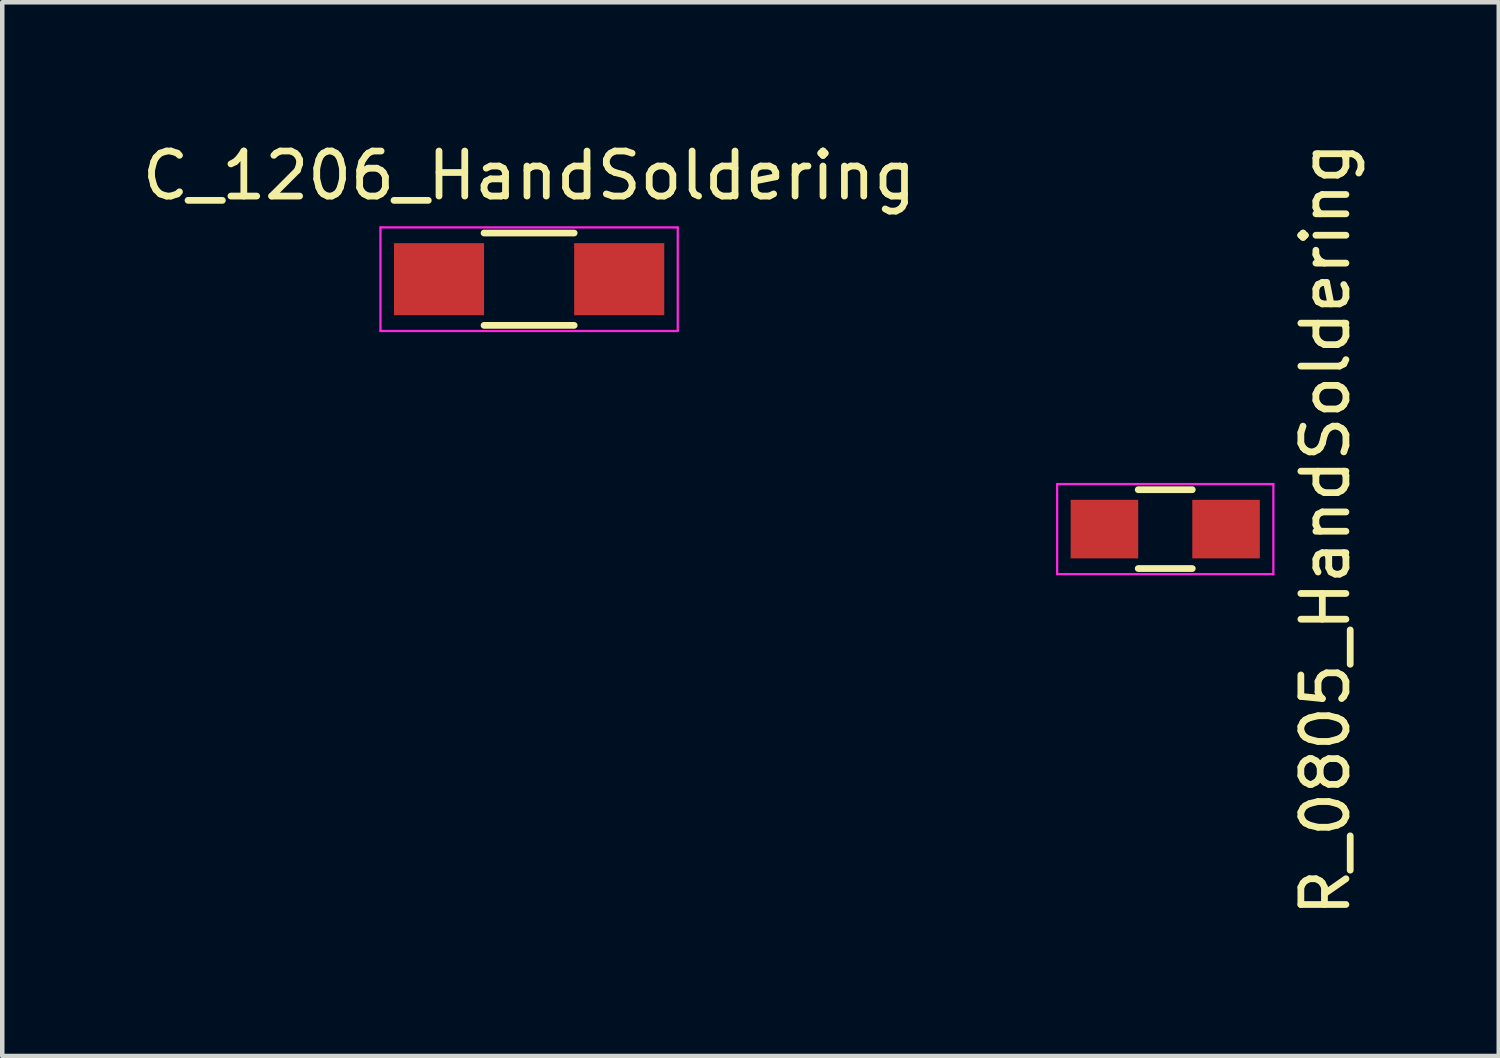
<source format=kicad_pcb>
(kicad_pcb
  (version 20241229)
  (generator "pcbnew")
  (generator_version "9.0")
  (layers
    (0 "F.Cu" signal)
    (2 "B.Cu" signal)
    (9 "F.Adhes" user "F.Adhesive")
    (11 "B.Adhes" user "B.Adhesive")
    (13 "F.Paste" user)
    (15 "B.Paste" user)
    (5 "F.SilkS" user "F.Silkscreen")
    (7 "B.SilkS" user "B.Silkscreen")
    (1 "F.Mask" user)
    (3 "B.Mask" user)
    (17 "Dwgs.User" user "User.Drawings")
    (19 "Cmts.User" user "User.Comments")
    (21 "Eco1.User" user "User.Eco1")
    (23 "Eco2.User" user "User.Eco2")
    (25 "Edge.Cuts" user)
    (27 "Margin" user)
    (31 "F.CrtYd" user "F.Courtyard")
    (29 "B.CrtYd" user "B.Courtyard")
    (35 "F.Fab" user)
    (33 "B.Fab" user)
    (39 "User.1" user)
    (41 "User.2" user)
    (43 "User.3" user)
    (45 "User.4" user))
  (footprint "R_0805_HandSoldering"
    (layer "F.Cu")
    (at 22.818 8.696)
    (property "Reference" "R_0805_HandSoldering" (at 3.556 0 90) (layer "F.SilkS") (effects (font (size 1 1) (thickness 0.15))))
    (attr smd)
    (fp_line (start -0.6 -0.875) (end 0.6 -0.875) (stroke (width 0.15) (type solid)) (layer "F.SilkS"))
    (fp_line (start 0.6 0.875) (end -0.6 0.875) (stroke (width 0.15) (type solid)) (layer "F.SilkS"))
    (fp_line (start -2.4 -1) (end -2.4 1) (stroke (width 0.05) (type solid)) (layer "F.CrtYd"))
    (fp_line (start -2.4 -1) (end 2.4 -1) (stroke (width 0.05) (type solid)) (layer "F.CrtYd"))
    (fp_line (start -2.4 1) (end 2.4 1) (stroke (width 0.05) (type solid)) (layer "F.CrtYd"))
    (fp_line (start 2.4 -1) (end 2.4 1) (stroke (width 0.05) (type solid)) (layer "F.CrtYd"))
    (pad "1" smd rect (at -1.35 0) (size 1.5 1.3) (layers "F.Cu" "F.Mask" "F.Paste"))
    (pad "2" smd rect (at 1.35 0) (size 1.5 1.3) (layers "F.Cu" "F.Mask" "F.Paste")))
  (footprint "C_1206_HandSoldering"
    (layer "F.Cu")
    (at 8.696 3.148)
    (property "Reference" "C_1206_HandSoldering" (at 0 -2.3 0) (layer "F.SilkS") (effects (font (size 1 1) (thickness 0.15))))
    (attr smd)
    (fp_line (start -1 1.025) (end 1 1.025) (stroke (width 0.15) (type solid)) (layer "F.SilkS"))
    (fp_line (start 1 -1.025) (end -1 -1.025) (stroke (width 0.15) (type solid)) (layer "F.SilkS"))
    (fp_line (start -3.3 -1.15) (end -3.3 1.15) (stroke (width 0.05) (type solid)) (layer "F.CrtYd"))
    (fp_line (start -3.3 -1.15) (end 3.3 -1.15) (stroke (width 0.05) (type solid)) (layer "F.CrtYd"))
    (fp_line (start -3.3 1.15) (end 3.3 1.15) (stroke (width 0.05) (type solid)) (layer "F.CrtYd"))
    (fp_line (start 3.3 -1.15) (end 3.3 1.15) (stroke (width 0.05) (type solid)) (layer "F.CrtYd"))
    (pad "1" smd rect (at -2 0) (size 2 1.6) (layers "F.Cu" "F.Mask" "F.Paste"))
    (pad "2" smd rect (at 2 0) (size 2 1.6) (layers "F.Cu" "F.Mask" "F.Paste")))
  (gr_rect
    (start -3 -3)
    (end 30.222 20.393)
    (stroke (width 0.1) (type default))
    (fill no)
    (layer "Edge.Cuts")))
</source>
